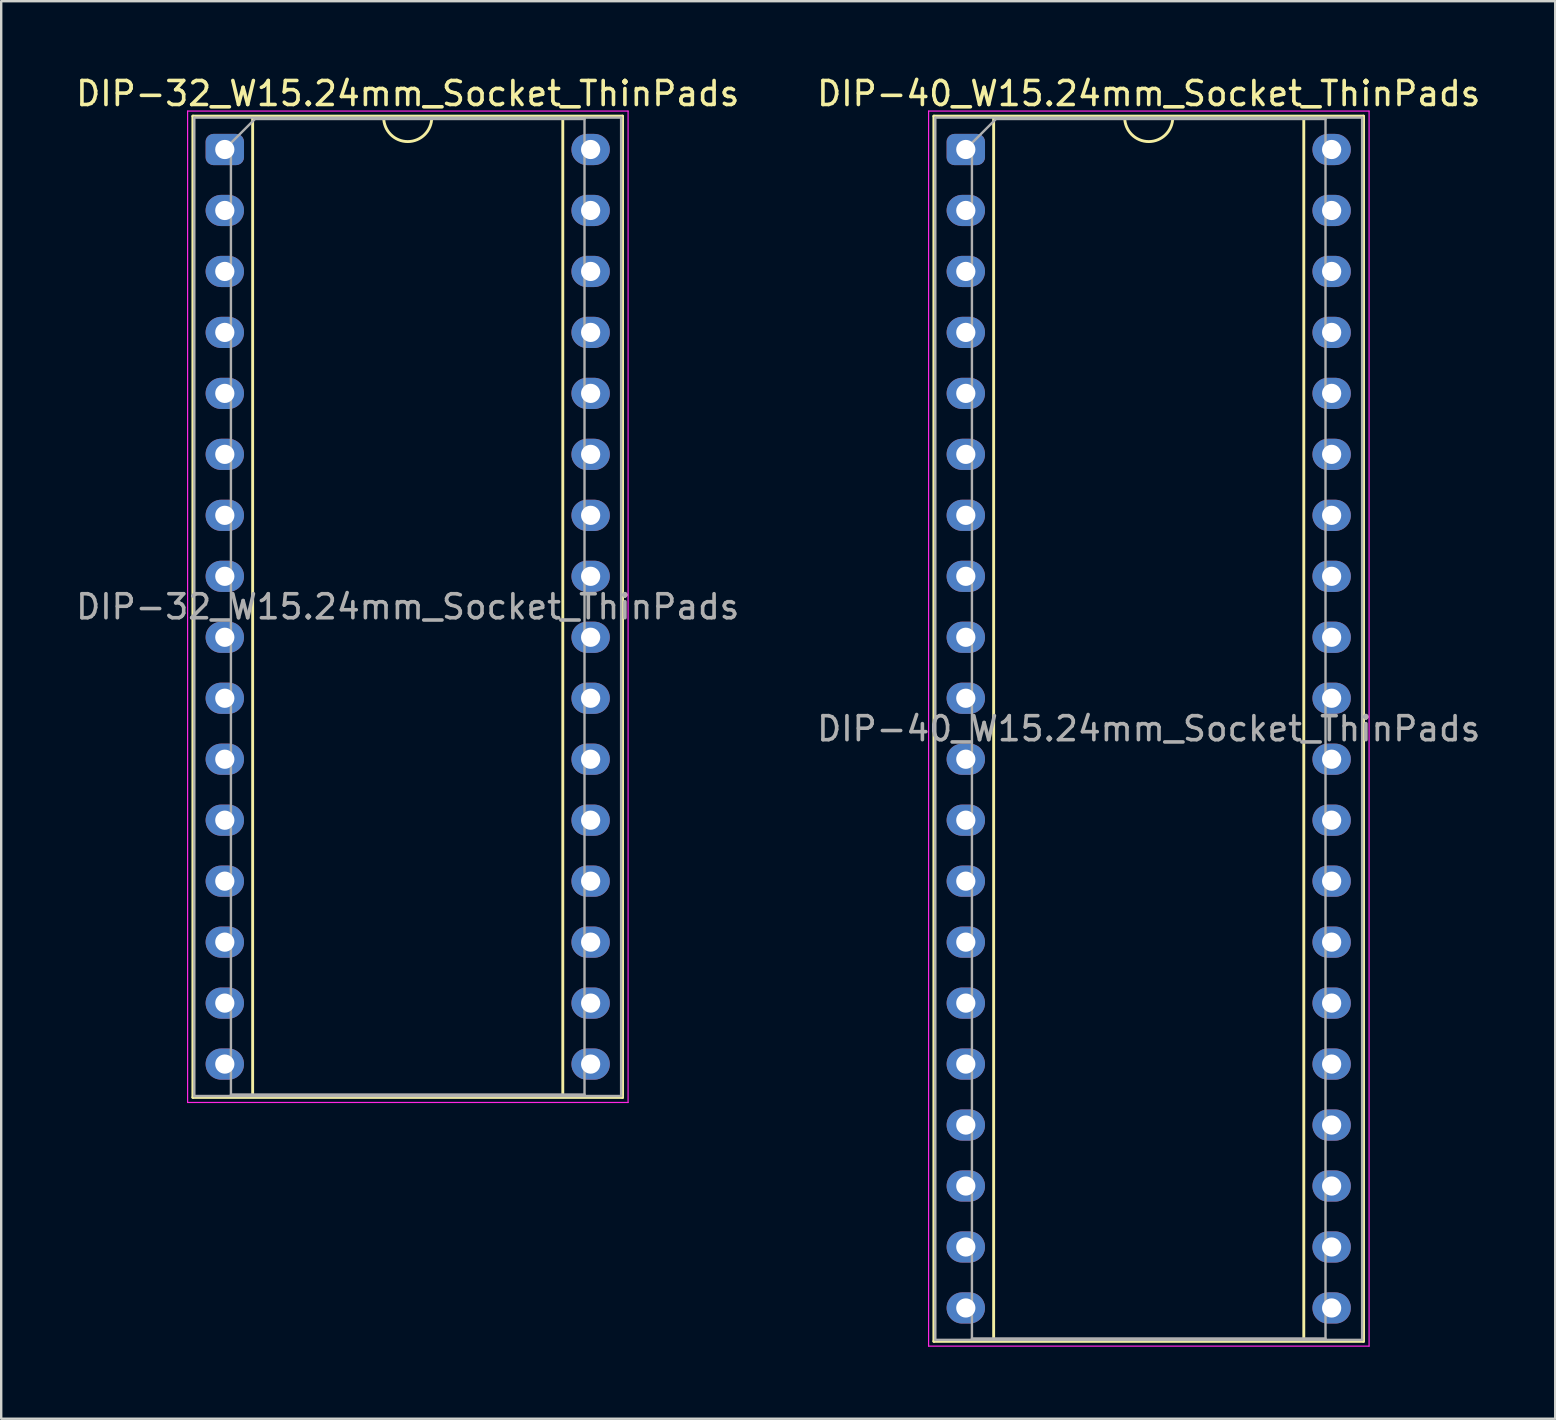
<source format=kicad_pcb>
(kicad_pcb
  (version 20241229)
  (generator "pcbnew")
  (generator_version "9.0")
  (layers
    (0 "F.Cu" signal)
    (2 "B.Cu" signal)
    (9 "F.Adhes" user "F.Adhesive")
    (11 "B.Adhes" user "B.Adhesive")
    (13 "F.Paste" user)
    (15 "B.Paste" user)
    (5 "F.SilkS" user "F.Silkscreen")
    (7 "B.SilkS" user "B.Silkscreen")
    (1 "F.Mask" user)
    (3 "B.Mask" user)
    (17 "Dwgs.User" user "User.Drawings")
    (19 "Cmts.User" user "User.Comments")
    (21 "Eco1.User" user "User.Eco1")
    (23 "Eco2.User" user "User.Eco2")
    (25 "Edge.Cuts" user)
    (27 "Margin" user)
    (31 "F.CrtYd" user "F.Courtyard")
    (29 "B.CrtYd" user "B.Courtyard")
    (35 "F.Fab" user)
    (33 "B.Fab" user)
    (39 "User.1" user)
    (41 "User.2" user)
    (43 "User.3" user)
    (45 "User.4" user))
  (footprint "DIP-40_W15.24mm_Socket_ThinPads"
    (layer "F.Cu")
    (at 37.184 3.178)
    (property "Reference" "DIP-40_W15.24mm_Socket_ThinPads" (at 7.62 -2.33 0) (layer "F.SilkS") (effects (font (size 1 1) (thickness 0.15))))
    (attr through_hole)
    (fp_line (start -1.33 -1.39) (end -1.33 49.65) (stroke (width 0.12) (type solid)) (layer "F.SilkS"))
    (fp_line (start -1.33 49.65) (end 16.57 49.65) (stroke (width 0.12) (type solid)) (layer "F.SilkS"))
    (fp_line (start 1.16 -1.33) (end 1.16 49.59) (stroke (width 0.12) (type solid)) (layer "F.SilkS"))
    (fp_line (start 1.16 49.59) (end 14.08 49.59) (stroke (width 0.12) (type solid)) (layer "F.SilkS"))
    (fp_line (start 6.62 -1.33) (end 1.16 -1.33) (stroke (width 0.12) (type solid)) (layer "F.SilkS"))
    (fp_line (start 14.08 -1.33) (end 8.62 -1.33) (stroke (width 0.12) (type solid)) (layer "F.SilkS"))
    (fp_line (start 14.08 49.59) (end 14.08 -1.33) (stroke (width 0.12) (type solid)) (layer "F.SilkS"))
    (fp_line (start 16.57 -1.39) (end -1.33 -1.39) (stroke (width 0.12) (type solid)) (layer "F.SilkS"))
    (fp_line (start 16.57 49.65) (end 16.57 -1.39) (stroke (width 0.12) (type solid)) (layer "F.SilkS"))
    (fp_arc (start 8.62 -1.33) (mid 7.62 -0.33) (end 6.62 -1.33) (stroke (width 0.12) (type solid)) (layer "F.SilkS"))
    (fp_line (start -1.55 -1.6) (end -1.55 49.85) (stroke (width 0.05) (type solid)) (layer "F.CrtYd"))
    (fp_line (start -1.55 49.85) (end 16.8 49.85) (stroke (width 0.05) (type solid)) (layer "F.CrtYd"))
    (fp_line (start 16.8 -1.6) (end -1.55 -1.6) (stroke (width 0.05) (type solid)) (layer "F.CrtYd"))
    (fp_line (start 16.8 49.85) (end 16.8 -1.6) (stroke (width 0.05) (type solid)) (layer "F.CrtYd"))
    (fp_line (start -1.27 -1.33) (end -1.27 49.59) (stroke (width 0.1) (type solid)) (layer "F.Fab"))
    (fp_line (start -1.27 49.59) (end 16.51 49.59) (stroke (width 0.1) (type solid)) (layer "F.Fab"))
    (fp_line (start 0.255 -0.27) (end 1.255 -1.27) (stroke (width 0.1) (type solid)) (layer "F.Fab"))
    (fp_line (start 0.255 49.53) (end 0.255 -0.27) (stroke (width 0.1) (type solid)) (layer "F.Fab"))
    (fp_line (start 1.255 -1.27) (end 14.985 -1.27) (stroke (width 0.1) (type solid)) (layer "F.Fab"))
    (fp_line (start 14.985 -1.27) (end 14.985 49.53) (stroke (width 0.1) (type solid)) (layer "F.Fab"))
    (fp_line (start 14.985 49.53) (end 0.255 49.53) (stroke (width 0.1) (type solid)) (layer "F.Fab"))
    (fp_line (start 16.51 -1.33) (end -1.27 -1.33) (stroke (width 0.1) (type solid)) (layer "F.Fab"))
    (fp_line (start 16.51 49.59) (end 16.51 -1.33) (stroke (width 0.1) (type solid)) (layer "F.Fab"))
    (fp_text user "${REFERENCE}" (at 7.62 24.13 0) (layer "F.Fab") (effects (font (size 1 1) (thickness 0.15))))
    (pad "1" thru_hole roundrect (at 0 0) (size 1.6 1.3) (drill 0.8) (layers "*.Cu" "*.Mask") (roundrect_rratio 0.25))
    (pad "2" thru_hole oval (at 0 2.54) (size 1.6 1.3) (drill 0.8) (layers "*.Cu" "*.Mask"))
    (pad "3" thru_hole oval (at 0 5.08) (size 1.6 1.3) (drill 0.8) (layers "*.Cu" "*.Mask"))
    (pad "4" thru_hole oval (at 0 7.62) (size 1.6 1.3) (drill 0.8) (layers "*.Cu" "*.Mask"))
    (pad "5" thru_hole oval (at 0 10.16) (size 1.6 1.3) (drill 0.8) (layers "*.Cu" "*.Mask"))
    (pad "6" thru_hole oval (at 0 12.7) (size 1.6 1.3) (drill 0.8) (layers "*.Cu" "*.Mask"))
    (pad "7" thru_hole oval (at 0 15.24) (size 1.6 1.3) (drill 0.8) (layers "*.Cu" "*.Mask"))
    (pad "8" thru_hole oval (at 0 17.78) (size 1.6 1.3) (drill 0.8) (layers "*.Cu" "*.Mask"))
    (pad "9" thru_hole oval (at 0 20.32) (size 1.6 1.3) (drill 0.8) (layers "*.Cu" "*.Mask"))
    (pad "10" thru_hole oval (at 0 22.86) (size 1.6 1.3) (drill 0.8) (layers "*.Cu" "*.Mask"))
    (pad "11" thru_hole oval (at 0 25.4) (size 1.6 1.3) (drill 0.8) (layers "*.Cu" "*.Mask"))
    (pad "12" thru_hole oval (at 0 27.94) (size 1.6 1.3) (drill 0.8) (layers "*.Cu" "*.Mask"))
    (pad "13" thru_hole oval (at 0 30.48) (size 1.6 1.3) (drill 0.8) (layers "*.Cu" "*.Mask"))
    (pad "14" thru_hole oval (at 0 33.02) (size 1.6 1.3) (drill 0.8) (layers "*.Cu" "*.Mask"))
    (pad "15" thru_hole oval (at 0 35.56) (size 1.6 1.3) (drill 0.8) (layers "*.Cu" "*.Mask"))
    (pad "16" thru_hole oval (at 0 38.1) (size 1.6 1.3) (drill 0.8) (layers "*.Cu" "*.Mask"))
    (pad "17" thru_hole oval (at 0 40.64) (size 1.6 1.3) (drill 0.8) (layers "*.Cu" "*.Mask"))
    (pad "18" thru_hole oval (at 0 43.18) (size 1.6 1.3) (drill 0.8) (layers "*.Cu" "*.Mask"))
    (pad "19" thru_hole oval (at 0 45.72) (size 1.6 1.3) (drill 0.8) (layers "*.Cu" "*.Mask"))
    (pad "20" thru_hole oval (at 0 48.26) (size 1.6 1.3) (drill 0.8) (layers "*.Cu" "*.Mask"))
    (pad "21" thru_hole oval (at 15.24 48.26) (size 1.6 1.3) (drill 0.8) (layers "*.Cu" "*.Mask"))
    (pad "22" thru_hole oval (at 15.24 45.72) (size 1.6 1.3) (drill 0.8) (layers "*.Cu" "*.Mask"))
    (pad "23" thru_hole oval (at 15.24 43.18) (size 1.6 1.3) (drill 0.8) (layers "*.Cu" "*.Mask"))
    (pad "24" thru_hole oval (at 15.24 40.64) (size 1.6 1.3) (drill 0.8) (layers "*.Cu" "*.Mask"))
    (pad "25" thru_hole oval (at 15.24 38.1) (size 1.6 1.3) (drill 0.8) (layers "*.Cu" "*.Mask"))
    (pad "26" thru_hole oval (at 15.24 35.56) (size 1.6 1.3) (drill 0.8) (layers "*.Cu" "*.Mask"))
    (pad "27" thru_hole oval (at 15.24 33.02) (size 1.6 1.3) (drill 0.8) (layers "*.Cu" "*.Mask"))
    (pad "28" thru_hole oval (at 15.24 30.48) (size 1.6 1.3) (drill 0.8) (layers "*.Cu" "*.Mask"))
    (pad "29" thru_hole oval (at 15.24 27.94) (size 1.6 1.3) (drill 0.8) (layers "*.Cu" "*.Mask"))
    (pad "30" thru_hole oval (at 15.24 25.4) (size 1.6 1.3) (drill 0.8) (layers "*.Cu" "*.Mask"))
    (pad "31" thru_hole oval (at 15.24 22.86) (size 1.6 1.3) (drill 0.8) (layers "*.Cu" "*.Mask"))
    (pad "32" thru_hole oval (at 15.24 20.32) (size 1.6 1.3) (drill 0.8) (layers "*.Cu" "*.Mask"))
    (pad "33" thru_hole oval (at 15.24 17.78) (size 1.6 1.3) (drill 0.8) (layers "*.Cu" "*.Mask"))
    (pad "34" thru_hole oval (at 15.24 15.24) (size 1.6 1.3) (drill 0.8) (layers "*.Cu" "*.Mask"))
    (pad "35" thru_hole oval (at 15.24 12.7) (size 1.6 1.3) (drill 0.8) (layers "*.Cu" "*.Mask"))
    (pad "36" thru_hole oval (at 15.24 10.16) (size 1.6 1.3) (drill 0.8) (layers "*.Cu" "*.Mask"))
    (pad "37" thru_hole oval (at 15.24 7.62) (size 1.6 1.3) (drill 0.8) (layers "*.Cu" "*.Mask"))
    (pad "38" thru_hole oval (at 15.24 5.08) (size 1.6 1.3) (drill 0.8) (layers "*.Cu" "*.Mask"))
    (pad "39" thru_hole oval (at 15.24 2.54) (size 1.6 1.3) (drill 0.8) (layers "*.Cu" "*.Mask"))
    (pad "40" thru_hole oval (at 15.24 0) (size 1.6 1.3) (drill 0.8) (layers "*.Cu" "*.Mask")))
  (footprint "DIP-32_W15.24mm_Socket_ThinPads"
    (layer "F.Cu")
    (at 6.315 3.178)
    (property "Reference" "DIP-32_W15.24mm_Socket_ThinPads" (at 7.62 -2.33 0) (layer "F.SilkS") (effects (font (size 1 1) (thickness 0.15))))
    (attr through_hole)
    (fp_line (start -1.33 -1.39) (end -1.33 39.49) (stroke (width 0.12) (type solid)) (layer "F.SilkS"))
    (fp_line (start -1.33 39.49) (end 16.57 39.49) (stroke (width 0.12) (type solid)) (layer "F.SilkS"))
    (fp_line (start 1.16 -1.33) (end 1.16 39.43) (stroke (width 0.12) (type solid)) (layer "F.SilkS"))
    (fp_line (start 1.16 39.43) (end 14.08 39.43) (stroke (width 0.12) (type solid)) (layer "F.SilkS"))
    (fp_line (start 6.62 -1.33) (end 1.16 -1.33) (stroke (width 0.12) (type solid)) (layer "F.SilkS"))
    (fp_line (start 14.08 -1.33) (end 8.62 -1.33) (stroke (width 0.12) (type solid)) (layer "F.SilkS"))
    (fp_line (start 14.08 39.43) (end 14.08 -1.33) (stroke (width 0.12) (type solid)) (layer "F.SilkS"))
    (fp_line (start 16.57 -1.39) (end -1.33 -1.39) (stroke (width 0.12) (type solid)) (layer "F.SilkS"))
    (fp_line (start 16.57 39.49) (end 16.57 -1.39) (stroke (width 0.12) (type solid)) (layer "F.SilkS"))
    (fp_arc (start 8.62 -1.33) (mid 7.62 -0.33) (end 6.62 -1.33) (stroke (width 0.12) (type solid)) (layer "F.SilkS"))
    (fp_line (start -1.55 -1.6) (end -1.55 39.7) (stroke (width 0.05) (type solid)) (layer "F.CrtYd"))
    (fp_line (start -1.55 39.7) (end 16.8 39.7) (stroke (width 0.05) (type solid)) (layer "F.CrtYd"))
    (fp_line (start 16.8 -1.6) (end -1.55 -1.6) (stroke (width 0.05) (type solid)) (layer "F.CrtYd"))
    (fp_line (start 16.8 39.7) (end 16.8 -1.6) (stroke (width 0.05) (type solid)) (layer "F.CrtYd"))
    (fp_line (start -1.27 -1.33) (end -1.27 39.43) (stroke (width 0.1) (type solid)) (layer "F.Fab"))
    (fp_line (start -1.27 39.43) (end 16.51 39.43) (stroke (width 0.1) (type solid)) (layer "F.Fab"))
    (fp_line (start 0.255 -0.27) (end 1.255 -1.27) (stroke (width 0.1) (type solid)) (layer "F.Fab"))
    (fp_line (start 0.255 39.37) (end 0.255 -0.27) (stroke (width 0.1) (type solid)) (layer "F.Fab"))
    (fp_line (start 1.255 -1.27) (end 14.985 -1.27) (stroke (width 0.1) (type solid)) (layer "F.Fab"))
    (fp_line (start 14.985 -1.27) (end 14.985 39.37) (stroke (width 0.1) (type solid)) (layer "F.Fab"))
    (fp_line (start 14.985 39.37) (end 0.255 39.37) (stroke (width 0.1) (type solid)) (layer "F.Fab"))
    (fp_line (start 16.51 -1.33) (end -1.27 -1.33) (stroke (width 0.1) (type solid)) (layer "F.Fab"))
    (fp_line (start 16.51 39.43) (end 16.51 -1.33) (stroke (width 0.1) (type solid)) (layer "F.Fab"))
    (fp_text user "${REFERENCE}" (at 7.62 19.05 0) (layer "F.Fab") (effects (font (size 1 1) (thickness 0.15))))
    (pad "1" thru_hole roundrect (at 0 0) (size 1.6 1.3) (drill 0.8) (layers "*.Cu" "*.Mask") (roundrect_rratio 0.25))
    (pad "2" thru_hole oval (at 0 2.54) (size 1.6 1.3) (drill 0.8) (layers "*.Cu" "*.Mask"))
    (pad "3" thru_hole oval (at 0 5.08) (size 1.6 1.3) (drill 0.8) (layers "*.Cu" "*.Mask"))
    (pad "4" thru_hole oval (at 0 7.62) (size 1.6 1.3) (drill 0.8) (layers "*.Cu" "*.Mask"))
    (pad "5" thru_hole oval (at 0 10.16) (size 1.6 1.3) (drill 0.8) (layers "*.Cu" "*.Mask"))
    (pad "6" thru_hole oval (at 0 12.7) (size 1.6 1.3) (drill 0.8) (layers "*.Cu" "*.Mask"))
    (pad "7" thru_hole oval (at 0 15.24) (size 1.6 1.3) (drill 0.8) (layers "*.Cu" "*.Mask"))
    (pad "8" thru_hole oval (at 0 17.78) (size 1.6 1.3) (drill 0.8) (layers "*.Cu" "*.Mask"))
    (pad "9" thru_hole oval (at 0 20.32) (size 1.6 1.3) (drill 0.8) (layers "*.Cu" "*.Mask"))
    (pad "10" thru_hole oval (at 0 22.86) (size 1.6 1.3) (drill 0.8) (layers "*.Cu" "*.Mask"))
    (pad "11" thru_hole oval (at 0 25.4) (size 1.6 1.3) (drill 0.8) (layers "*.Cu" "*.Mask"))
    (pad "12" thru_hole oval (at 0 27.94) (size 1.6 1.3) (drill 0.8) (layers "*.Cu" "*.Mask"))
    (pad "13" thru_hole oval (at 0 30.48) (size 1.6 1.3) (drill 0.8) (layers "*.Cu" "*.Mask"))
    (pad "14" thru_hole oval (at 0 33.02) (size 1.6 1.3) (drill 0.8) (layers "*.Cu" "*.Mask"))
    (pad "15" thru_hole oval (at 0 35.56) (size 1.6 1.3) (drill 0.8) (layers "*.Cu" "*.Mask"))
    (pad "16" thru_hole oval (at 0 38.1) (size 1.6 1.3) (drill 0.8) (layers "*.Cu" "*.Mask"))
    (pad "17" thru_hole oval (at 15.24 38.1) (size 1.6 1.3) (drill 0.8) (layers "*.Cu" "*.Mask"))
    (pad "18" thru_hole oval (at 15.24 35.56) (size 1.6 1.3) (drill 0.8) (layers "*.Cu" "*.Mask"))
    (pad "19" thru_hole oval (at 15.24 33.02) (size 1.6 1.3) (drill 0.8) (layers "*.Cu" "*.Mask"))
    (pad "20" thru_hole oval (at 15.24 30.48) (size 1.6 1.3) (drill 0.8) (layers "*.Cu" "*.Mask"))
    (pad "21" thru_hole oval (at 15.24 27.94) (size 1.6 1.3) (drill 0.8) (layers "*.Cu" "*.Mask"))
    (pad "22" thru_hole oval (at 15.24 25.4) (size 1.6 1.3) (drill 0.8) (layers "*.Cu" "*.Mask"))
    (pad "23" thru_hole oval (at 15.24 22.86) (size 1.6 1.3) (drill 0.8) (layers "*.Cu" "*.Mask"))
    (pad "24" thru_hole oval (at 15.24 20.32) (size 1.6 1.3) (drill 0.8) (layers "*.Cu" "*.Mask"))
    (pad "25" thru_hole oval (at 15.24 17.78) (size 1.6 1.3) (drill 0.8) (layers "*.Cu" "*.Mask"))
    (pad "26" thru_hole oval (at 15.24 15.24) (size 1.6 1.3) (drill 0.8) (layers "*.Cu" "*.Mask"))
    (pad "27" thru_hole oval (at 15.24 12.7) (size 1.6 1.3) (drill 0.8) (layers "*.Cu" "*.Mask"))
    (pad "28" thru_hole oval (at 15.24 10.16) (size 1.6 1.3) (drill 0.8) (layers "*.Cu" "*.Mask"))
    (pad "29" thru_hole oval (at 15.24 7.62) (size 1.6 1.3) (drill 0.8) (layers "*.Cu" "*.Mask"))
    (pad "30" thru_hole oval (at 15.24 5.08) (size 1.6 1.3) (drill 0.8) (layers "*.Cu" "*.Mask"))
    (pad "31" thru_hole oval (at 15.24 2.54) (size 1.6 1.3) (drill 0.8) (layers "*.Cu" "*.Mask"))
    (pad "32" thru_hole oval (at 15.24 0) (size 1.6 1.3) (drill 0.8) (layers "*.Cu" "*.Mask")))
  (gr_rect
    (start -3 -3)
    (end 61.738 56.053)
    (stroke (width 0.1) (type default))
    (fill no)
    (layer "Edge.Cuts")))
</source>
